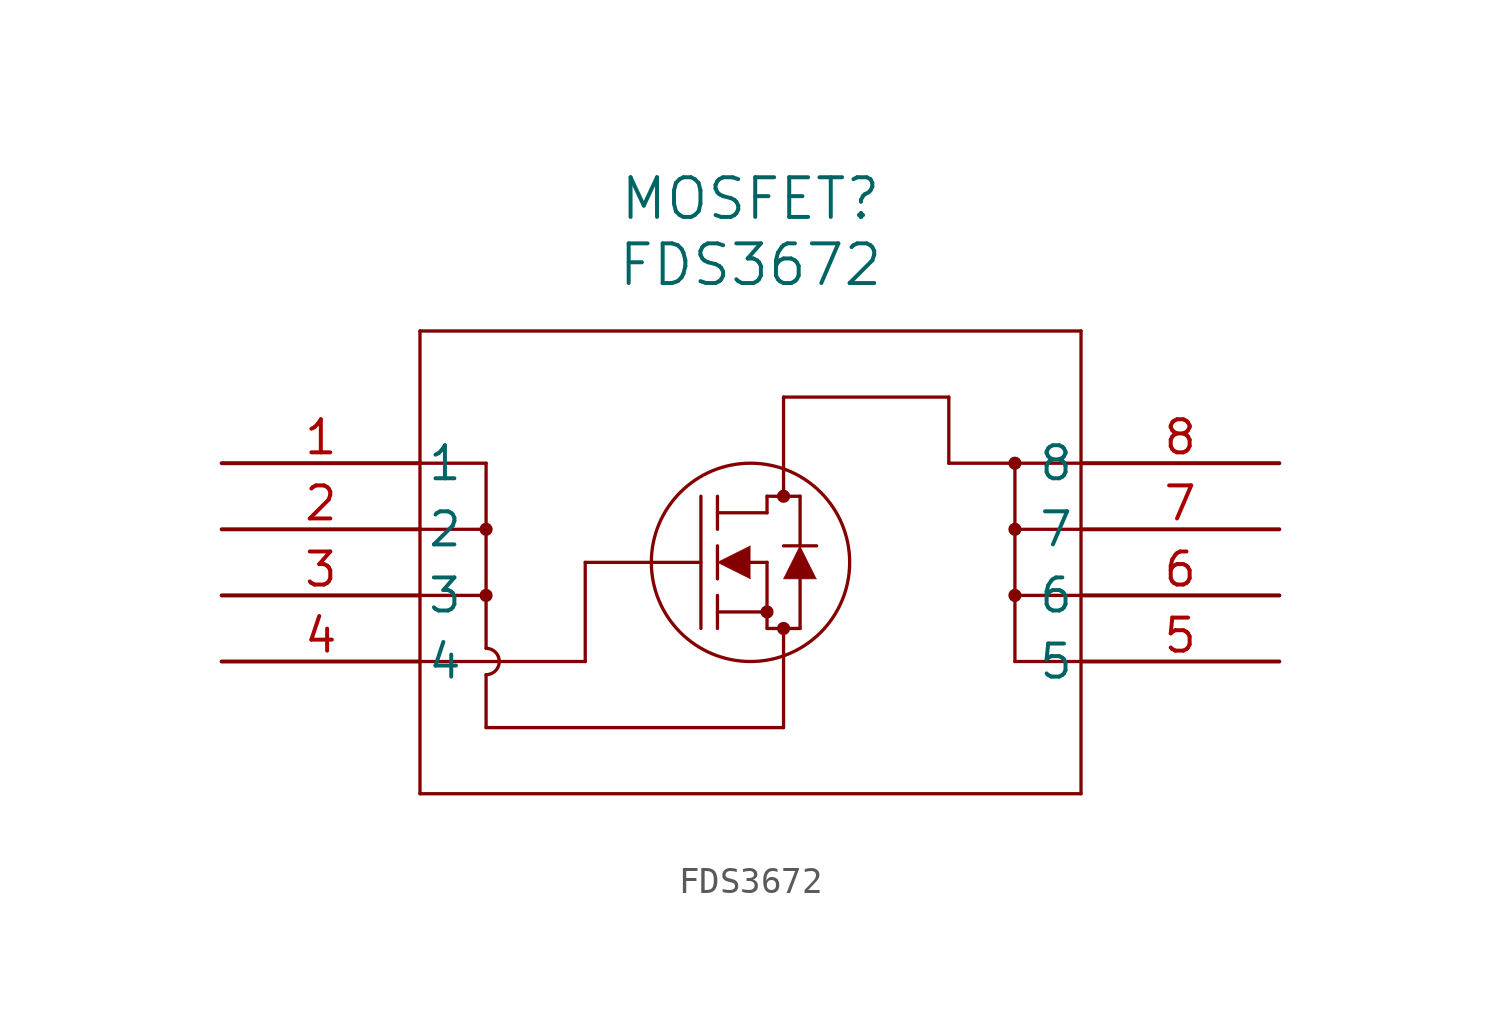
<source format=kicad_sym>
(kicad_symbol_lib
  (version 20211014)
  (generator kicad_symbol_editor)
  (symbol "FDS3672"
    (pin_names
      (offset 0.254))
    (property "Reference" "MOSFET"
      (at 20.32 10.16 0)
      (effects (font (size 1.524 1.524))))
    (property "Value" "FDS3672"
      (at 20.32 7.62 0)
      (effects (font (size 1.524 1.524))))
    (symbol "FDS3672_0_1"
      (polyline (pts (xy 7.62 5.08) (xy 7.62 -12.7)) (stroke (width 0.127) (type default) (color 0 0 0 0)) (fill (type none)))
      (polyline (pts (xy 7.62 -12.7) (xy 33.02 -12.7)) (stroke (width 0.127) (type default) (color 0 0 0 0)) (fill (type none)))
      (polyline (pts (xy 33.02 -12.7) (xy 33.02 5.08)) (stroke (width 0.127) (type default) (color 0 0 0 0)) (fill (type none)))
      (polyline (pts (xy 33.02 5.08) (xy 7.62 5.08)) (stroke (width 0.127) (type default) (color 0 0 0 0)) (fill (type none)))
      (circle (center 21.59 -1.27) (radius 0.127) (stroke (width 0.254) (type default) (color 0 0 0 0)) (fill (type none)))
      (circle (center 21.59 -6.35) (radius 0.127) (stroke (width 0.254) (type default) (color 0 0 0 0)) (fill (type none)))
      (circle (center 20.955 -5.715) (radius 0.127) (stroke (width 0.254) (type default) (color 0 0 0 0)) (fill (type none)))
      (circle (center 20.32 -3.81) (radius 3.81) (stroke (width 0.127) (type default) (color 0 0 0 0)) (fill (type none)))
      (polyline (pts (xy 13.97 -3.81) (xy 18.415 -3.81)) (stroke (width 0.127) (type default) (color 0 0 0 0)) (fill (type none)))
      (polyline (pts (xy 18.415 -6.35) (xy 18.415 -1.27)) (stroke (width 0.127) (type default) (color 0 0 0 0)) (fill (type none)))
      (polyline (pts (xy 19.05 -4.445) (xy 19.05 -3.175)) (stroke (width 0.127) (type default) (color 0 0 0 0)) (fill (type none)))
      (polyline (pts (xy 19.05 -6.35) (xy 19.05 -5.08)) (stroke (width 0.127) (type default) (color 0 0 0 0)) (fill (type none)))
      (polyline (pts (xy 19.05 -2.54) (xy 19.05 -1.27)) (stroke (width 0.127) (type default) (color 0 0 0 0)) (fill (type none)))
      (polyline (pts (xy 20.32 -3.81) (xy 20.955 -3.81)) (stroke (width 0.127) (type default) (color 0 0 0 0)) (fill (type none)))
      (polyline (pts (xy 19.05 -5.715) (xy 20.955 -5.715)) (stroke (width 0.127) (type default) (color 0 0 0 0)) (fill (type none)))
      (polyline (pts (xy 20.955 -6.35) (xy 20.955 -3.81)) (stroke (width 0.127) (type default) (color 0 0 0 0)) (fill (type none)))
      (polyline (pts (xy 20.955 -6.35) (xy 22.225 -6.35)) (stroke (width 0.127) (type default) (color 0 0 0 0)) (fill (type none)))
      (polyline (pts (xy 19.05 -1.905) (xy 20.955 -1.905)) (stroke (width 0.127) (type default) (color 0 0 0 0)) (fill (type none)))
      (polyline (pts (xy 22.225 -3.175) (xy 22.225 -1.27)) (stroke (width 0.127) (type default) (color 0 0 0 0)) (fill (type none)))
      (polyline (pts (xy 22.225 -6.35) (xy 22.225 -4.445)) (stroke (width 0.127) (type default) (color 0 0 0 0)) (fill (type none)))
      (polyline (pts (xy 22.86 -3.175) (xy 21.59 -3.175)) (stroke (width 0.127) (type default) (color 0 0 0 0)) (fill (type none)))
      (polyline (pts (xy 20.955 -1.27) (xy 22.225 -1.27)) (stroke (width 0.127) (type default) (color 0 0 0 0)) (fill (type none)))
      (polyline (pts (xy 20.955 -1.905) (xy 20.955 -1.27)) (stroke (width 0.127) (type default) (color 0 0 0 0)) (fill (type none)))
      (polyline (pts (xy 20.32 -3.175) (xy 19.05 -3.81) (xy 20.32 -4.445)) (stroke (width 0.025) (type default) (color 0 0 0 0)) (fill (type outline)))
      (polyline (pts (xy 22.86 -4.445) (xy 21.59 -4.445) (xy 22.225 -3.175)) (stroke (width 0.025) (type default) (color 0 0 0 0)) (fill (type outline)))
      (polyline (pts (xy 7.62 -7.62) (xy 13.97 -7.62)) (stroke (width 0.127) (type default) (color 0 0 0 0)) (fill (type none)))
      (polyline (pts (xy 13.97 -7.62) (xy 13.97 -3.81)) (stroke (width 0.127) (type default) (color 0 0 0 0)) (fill (type none)))
      (polyline (pts (xy 7.62 0) (xy 10.16 0)) (stroke (width 0.127) (type default) (color 0 0 0 0)) (fill (type none)))
      (polyline (pts (xy 7.62 -2.54) (xy 10.16 -2.54)) (stroke (width 0.127) (type default) (color 0 0 0 0)) (fill (type none)))
      (polyline (pts (xy 7.62 -5.08) (xy 10.16 -5.08)) (stroke (width 0.127) (type default) (color 0 0 0 0)) (fill (type none)))
      (polyline (pts (xy 10.16 0) (xy 10.16 -7.112)) (stroke (width 0.127) (type default) (color 0 0 0 0)) (fill (type none)))
      (polyline (pts (xy 10.16 -8.128) (xy 10.16 -10.16)) (stroke (width 0.127) (type default) (color 0 0 0 0)) (fill (type none)))
      (polyline (pts (xy 10.16 -10.16) (xy 21.59 -10.16)) (stroke (width 0.127) (type default) (color 0 0 0 0)) (fill (type none)))
      (polyline (pts (xy 21.59 -10.16) (xy 21.59 -6.35)) (stroke (width 0.127) (type default) (color 0 0 0 0)) (fill (type none)))
      (polyline (pts (xy 33.02 -7.62) (xy 30.48 -7.62)) (stroke (width 0.127) (type default) (color 0 0 0 0)) (fill (type none)))
      (polyline (pts (xy 30.48 -7.62) (xy 30.48 0)) (stroke (width 0.127) (type default) (color 0 0 0 0)) (fill (type none)))
      (polyline (pts (xy 33.02 -5.08) (xy 30.48 -5.08)) (stroke (width 0.127) (type default) (color 0 0 0 0)) (fill (type none)))
      (polyline (pts (xy 33.02 -2.54) (xy 30.48 -2.54)) (stroke (width 0.127) (type default) (color 0 0 0 0)) (fill (type none)))
      (polyline (pts (xy 33.02 0) (xy 27.94 0)) (stroke (width 0.127) (type default) (color 0 0 0 0)) (fill (type none)))
      (polyline (pts (xy 27.94 0) (xy 27.94 2.54)) (stroke (width 0.127) (type default) (color 0 0 0 0)) (fill (type none)))
      (polyline (pts (xy 27.94 2.54) (xy 21.59 2.54)) (stroke (width 0.127) (type default) (color 0 0 0 0)) (fill (type none)))
      (polyline (pts (xy 21.59 2.54) (xy 21.59 -1.27)) (stroke (width 0.127) (type default) (color 0 0 0 0)) (fill (type none)))
      (arc (start 10.16 -8.128) (mid 10.668 -7.62) (end 10.16 -7.112) (stroke (width 0.127) (type default) (color 0 0 0 0)) (fill (type none)))
      (circle (center 10.16 -2.54) (radius 0.127) (stroke (width 0.254) (type default) (color 0 0 0 0)) (fill (type none)))
      (circle (center 10.16 -5.08) (radius 0.127) (stroke (width 0.254) (type default) (color 0 0 0 0)) (fill (type none)))
      (circle (center 30.48 0) (radius 0.127) (stroke (width 0.254) (type default) (color 0 0 0 0)) (fill (type none)))
      (circle (center 30.48 -2.54) (radius 0.127) (stroke (width 0.254) (type default) (color 0 0 0 0)) (fill (type none)))
      (circle (center 30.48 -5.08) (radius 0.127) (stroke (width 0.254) (type default) (color 0 0 0 0)) (fill (type none)))
      (pin unspecified line (at 0 0 0) (length 7.62) (name "1" (effects (font (size 1.27 1.27)))) (number "1" (effects (font (size 1.27 1.27)))))
      (pin unspecified line (at 0 -2.54 0) (length 7.62) (name "2" (effects (font (size 1.27 1.27)))) (number "2" (effects (font (size 1.27 1.27)))))
      (pin unspecified line (at 0 -5.08 0) (length 7.62) (name "3" (effects (font (size 1.27 1.27)))) (number "3" (effects (font (size 1.27 1.27)))))
      (pin unspecified line (at 0 -7.62 0) (length 7.62) (name "4" (effects (font (size 1.27 1.27)))) (number "4" (effects (font (size 1.27 1.27)))))
      (pin unspecified line (at 40.64 -7.62 180) (length 7.62) (name "5" (effects (font (size 1.27 1.27)))) (number "5" (effects (font (size 1.27 1.27)))))
      (pin unspecified line (at 40.64 -5.08 180) (length 7.62) (name "6" (effects (font (size 1.27 1.27)))) (number "6" (effects (font (size 1.27 1.27)))))
      (pin unspecified line (at 40.64 -2.54 180) (length 7.62) (name "7" (effects (font (size 1.27 1.27)))) (number "7" (effects (font (size 1.27 1.27)))))
      (pin unspecified line (at 40.64 0 180) (length 7.62) (name "8" (effects (font (size 1.27 1.27)))) (number "8" (effects (font (size 1.27 1.27))))))))
</source>
